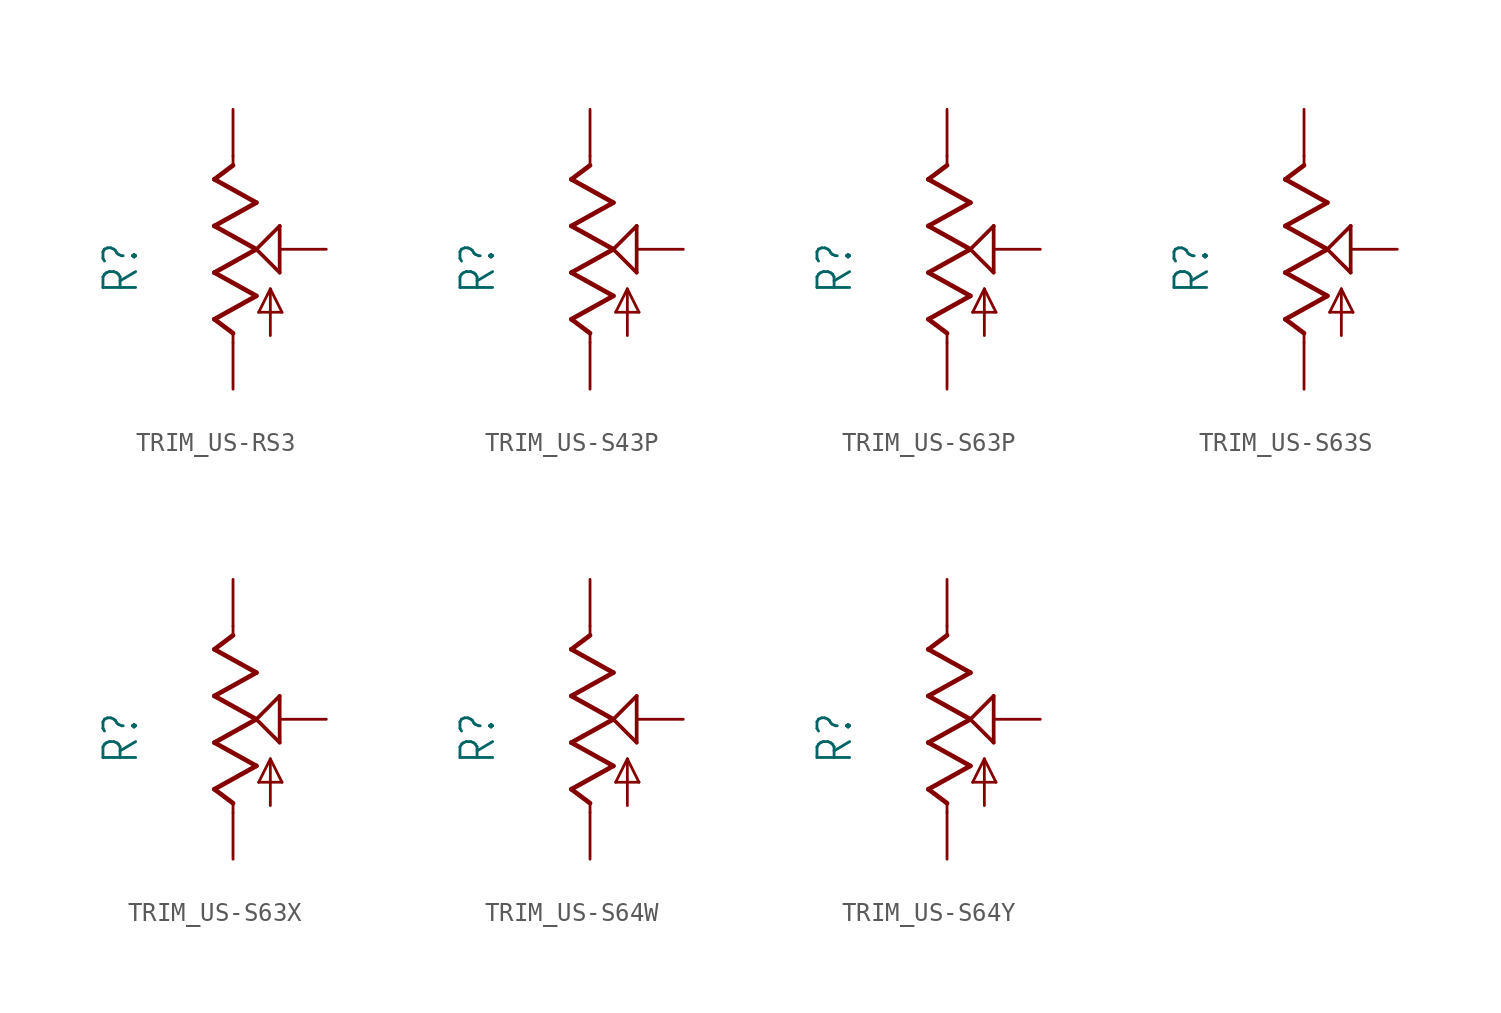
<source format=kicad_sym>
(kicad_symbol_lib
  (version 20241209)
  (generator "kicad_symbol_editor")
  (generator_version "9.0")
  (symbol "TRIM_US-RS3"
    (property "Reference" "R"
      (at -5.08 -2.54 90)
      (effects (font (size 1.778 1.511)) (justify left bottom)))
    (property "Value" ""
      (at -2.54 -2.54 90)
      (effects (font (size 1.778 1.511)) (justify left bottom)))
    (property "ki_locked" ""
      (at 0 0 0)
      (effects (font (size 1.27 1.27))))
    (symbol "TRIM_US-RS3_1_0"
      (polyline (pts (xy -1.016 3.81) (xy 0 4.572)) (stroke (width 0.254) (type solid)) (fill (type none)))
      (polyline (pts (xy -1.016 1.27) (xy 1.27 2.54)) (stroke (width 0.254) (type solid)) (fill (type none)))
      (polyline (pts (xy -1.016 -1.27) (xy 1.27 0)) (stroke (width 0.254) (type solid)) (fill (type none)))
      (polyline (pts (xy -1.016 -3.81) (xy 1.27 -2.54)) (stroke (width 0.254) (type solid)) (fill (type none)))
      (polyline (pts (xy 0 4.572) (xy 0 5.08)) (stroke (width 0.152) (type solid)) (fill (type none)))
      (polyline (pts (xy 0 -4.572) (xy -1.016 -3.81)) (stroke (width 0.254) (type solid)) (fill (type none)))
      (polyline (pts (xy 0 -5.08) (xy 0 -4.572)) (stroke (width 0.152) (type solid)) (fill (type none)))
      (polyline (pts (xy 1.27 2.54) (xy -1.016 3.81)) (stroke (width 0.254) (type solid)) (fill (type none)))
      (polyline (pts (xy 1.27 0) (xy -1.016 1.27)) (stroke (width 0.254) (type solid)) (fill (type none)))
      (polyline (pts (xy 1.27 0) (xy 2.54 1.27)) (stroke (width 0.203) (type solid)) (fill (type none)))
      (polyline (pts (xy 1.27 -2.54) (xy -1.016 -1.27)) (stroke (width 0.254) (type solid)) (fill (type none)))
      (polyline (pts (xy 1.397 -3.429) (xy 2.032 -2.159)) (stroke (width 0.152) (type solid)) (fill (type none)))
      (polyline (pts (xy 2.032 -2.159) (xy 2.667 -3.429)) (stroke (width 0.152) (type solid)) (fill (type none)))
      (polyline (pts (xy 2.032 -4.699) (xy 2.032 -2.159)) (stroke (width 0.152) (type solid)) (fill (type none)))
      (polyline (pts (xy 2.54 1.27) (xy 2.54 -1.27)) (stroke (width 0.203) (type solid)) (fill (type none)))
      (polyline (pts (xy 2.54 -1.27) (xy 1.27 0)) (stroke (width 0.203) (type solid)) (fill (type none)))
      (polyline (pts (xy 2.667 -3.429) (xy 1.397 -3.429)) (stroke (width 0.152) (type solid)) (fill (type none)))
      (pin passive line (at 0 7.62 270) (length 2.54) (name "E" (effects (font (size 0 0)))) (number "E" (effects (font (size 0 0)))))
      (pin passive line (at 0 -7.62 90) (length 2.54) (name "A" (effects (font (size 0 0)))) (number "A" (effects (font (size 0 0)))))
      (pin passive line (at 5.08 0 180) (length 2.54) (name "S" (effects (font (size 0 0)))) (number "S" (effects (font (size 0 0)))))))
  (symbol "TRIM_US-S43P"
    (property "Reference" "R"
      (at -5.08 -2.54 90)
      (effects (font (size 1.778 1.511)) (justify left bottom)))
    (property "Value" ""
      (at -2.54 -2.54 90)
      (effects (font (size 1.778 1.511)) (justify left bottom)))
    (property "ki_locked" ""
      (at 0 0 0)
      (effects (font (size 1.27 1.27))))
    (symbol "TRIM_US-S43P_1_0"
      (polyline (pts (xy -1.016 3.81) (xy 0 4.572)) (stroke (width 0.254) (type solid)) (fill (type none)))
      (polyline (pts (xy -1.016 1.27) (xy 1.27 2.54)) (stroke (width 0.254) (type solid)) (fill (type none)))
      (polyline (pts (xy -1.016 -1.27) (xy 1.27 0)) (stroke (width 0.254) (type solid)) (fill (type none)))
      (polyline (pts (xy -1.016 -3.81) (xy 1.27 -2.54)) (stroke (width 0.254) (type solid)) (fill (type none)))
      (polyline (pts (xy 0 4.572) (xy 0 5.08)) (stroke (width 0.152) (type solid)) (fill (type none)))
      (polyline (pts (xy 0 -4.572) (xy -1.016 -3.81)) (stroke (width 0.254) (type solid)) (fill (type none)))
      (polyline (pts (xy 0 -5.08) (xy 0 -4.572)) (stroke (width 0.152) (type solid)) (fill (type none)))
      (polyline (pts (xy 1.27 2.54) (xy -1.016 3.81)) (stroke (width 0.254) (type solid)) (fill (type none)))
      (polyline (pts (xy 1.27 0) (xy -1.016 1.27)) (stroke (width 0.254) (type solid)) (fill (type none)))
      (polyline (pts (xy 1.27 0) (xy 2.54 1.27)) (stroke (width 0.203) (type solid)) (fill (type none)))
      (polyline (pts (xy 1.27 -2.54) (xy -1.016 -1.27)) (stroke (width 0.254) (type solid)) (fill (type none)))
      (polyline (pts (xy 1.397 -3.429) (xy 2.032 -2.159)) (stroke (width 0.152) (type solid)) (fill (type none)))
      (polyline (pts (xy 2.032 -2.159) (xy 2.667 -3.429)) (stroke (width 0.152) (type solid)) (fill (type none)))
      (polyline (pts (xy 2.032 -4.699) (xy 2.032 -2.159)) (stroke (width 0.152) (type solid)) (fill (type none)))
      (polyline (pts (xy 2.54 1.27) (xy 2.54 -1.27)) (stroke (width 0.203) (type solid)) (fill (type none)))
      (polyline (pts (xy 2.54 -1.27) (xy 1.27 0)) (stroke (width 0.203) (type solid)) (fill (type none)))
      (polyline (pts (xy 2.667 -3.429) (xy 1.397 -3.429)) (stroke (width 0.152) (type solid)) (fill (type none)))
      (pin passive line (at 0 7.62 270) (length 2.54) (name "E" (effects (font (size 0 0)))) (number "E" (effects (font (size 0 0)))))
      (pin passive line (at 0 -7.62 90) (length 2.54) (name "A" (effects (font (size 0 0)))) (number "A" (effects (font (size 0 0)))))
      (pin passive line (at 5.08 0 180) (length 2.54) (name "S" (effects (font (size 0 0)))) (number "S" (effects (font (size 0 0)))))))
  (symbol "TRIM_US-S63P"
    (property "Reference" "R"
      (at -5.08 -2.54 90)
      (effects (font (size 1.778 1.511)) (justify left bottom)))
    (property "Value" ""
      (at -2.54 -2.54 90)
      (effects (font (size 1.778 1.511)) (justify left bottom)))
    (property "ki_locked" ""
      (at 0 0 0)
      (effects (font (size 1.27 1.27))))
    (symbol "TRIM_US-S63P_1_0"
      (polyline (pts (xy -1.016 3.81) (xy 0 4.572)) (stroke (width 0.254) (type solid)) (fill (type none)))
      (polyline (pts (xy -1.016 1.27) (xy 1.27 2.54)) (stroke (width 0.254) (type solid)) (fill (type none)))
      (polyline (pts (xy -1.016 -1.27) (xy 1.27 0)) (stroke (width 0.254) (type solid)) (fill (type none)))
      (polyline (pts (xy -1.016 -3.81) (xy 1.27 -2.54)) (stroke (width 0.254) (type solid)) (fill (type none)))
      (polyline (pts (xy 0 4.572) (xy 0 5.08)) (stroke (width 0.152) (type solid)) (fill (type none)))
      (polyline (pts (xy 0 -4.572) (xy -1.016 -3.81)) (stroke (width 0.254) (type solid)) (fill (type none)))
      (polyline (pts (xy 0 -5.08) (xy 0 -4.572)) (stroke (width 0.152) (type solid)) (fill (type none)))
      (polyline (pts (xy 1.27 2.54) (xy -1.016 3.81)) (stroke (width 0.254) (type solid)) (fill (type none)))
      (polyline (pts (xy 1.27 0) (xy -1.016 1.27)) (stroke (width 0.254) (type solid)) (fill (type none)))
      (polyline (pts (xy 1.27 0) (xy 2.54 1.27)) (stroke (width 0.203) (type solid)) (fill (type none)))
      (polyline (pts (xy 1.27 -2.54) (xy -1.016 -1.27)) (stroke (width 0.254) (type solid)) (fill (type none)))
      (polyline (pts (xy 1.397 -3.429) (xy 2.032 -2.159)) (stroke (width 0.152) (type solid)) (fill (type none)))
      (polyline (pts (xy 2.032 -2.159) (xy 2.667 -3.429)) (stroke (width 0.152) (type solid)) (fill (type none)))
      (polyline (pts (xy 2.032 -4.699) (xy 2.032 -2.159)) (stroke (width 0.152) (type solid)) (fill (type none)))
      (polyline (pts (xy 2.54 1.27) (xy 2.54 -1.27)) (stroke (width 0.203) (type solid)) (fill (type none)))
      (polyline (pts (xy 2.54 -1.27) (xy 1.27 0)) (stroke (width 0.203) (type solid)) (fill (type none)))
      (polyline (pts (xy 2.667 -3.429) (xy 1.397 -3.429)) (stroke (width 0.152) (type solid)) (fill (type none)))
      (pin passive line (at 0 7.62 270) (length 2.54) (name "E" (effects (font (size 0 0)))) (number "E" (effects (font (size 0 0)))))
      (pin passive line (at 0 -7.62 90) (length 2.54) (name "A" (effects (font (size 0 0)))) (number "A" (effects (font (size 0 0)))))
      (pin passive line (at 5.08 0 180) (length 2.54) (name "S" (effects (font (size 0 0)))) (number "S" (effects (font (size 0 0)))))))
  (symbol "TRIM_US-S63S"
    (property "Reference" "R"
      (at -5.08 -2.54 90)
      (effects (font (size 1.778 1.511)) (justify left bottom)))
    (property "Value" ""
      (at -2.54 -2.54 90)
      (effects (font (size 1.778 1.511)) (justify left bottom)))
    (property "ki_locked" ""
      (at 0 0 0)
      (effects (font (size 1.27 1.27))))
    (symbol "TRIM_US-S63S_1_0"
      (polyline (pts (xy -1.016 3.81) (xy 0 4.572)) (stroke (width 0.254) (type solid)) (fill (type none)))
      (polyline (pts (xy -1.016 1.27) (xy 1.27 2.54)) (stroke (width 0.254) (type solid)) (fill (type none)))
      (polyline (pts (xy -1.016 -1.27) (xy 1.27 0)) (stroke (width 0.254) (type solid)) (fill (type none)))
      (polyline (pts (xy -1.016 -3.81) (xy 1.27 -2.54)) (stroke (width 0.254) (type solid)) (fill (type none)))
      (polyline (pts (xy 0 4.572) (xy 0 5.08)) (stroke (width 0.152) (type solid)) (fill (type none)))
      (polyline (pts (xy 0 -4.572) (xy -1.016 -3.81)) (stroke (width 0.254) (type solid)) (fill (type none)))
      (polyline (pts (xy 0 -5.08) (xy 0 -4.572)) (stroke (width 0.152) (type solid)) (fill (type none)))
      (polyline (pts (xy 1.27 2.54) (xy -1.016 3.81)) (stroke (width 0.254) (type solid)) (fill (type none)))
      (polyline (pts (xy 1.27 0) (xy -1.016 1.27)) (stroke (width 0.254) (type solid)) (fill (type none)))
      (polyline (pts (xy 1.27 0) (xy 2.54 1.27)) (stroke (width 0.203) (type solid)) (fill (type none)))
      (polyline (pts (xy 1.27 -2.54) (xy -1.016 -1.27)) (stroke (width 0.254) (type solid)) (fill (type none)))
      (polyline (pts (xy 1.397 -3.429) (xy 2.032 -2.159)) (stroke (width 0.152) (type solid)) (fill (type none)))
      (polyline (pts (xy 2.032 -2.159) (xy 2.667 -3.429)) (stroke (width 0.152) (type solid)) (fill (type none)))
      (polyline (pts (xy 2.032 -4.699) (xy 2.032 -2.159)) (stroke (width 0.152) (type solid)) (fill (type none)))
      (polyline (pts (xy 2.54 1.27) (xy 2.54 -1.27)) (stroke (width 0.203) (type solid)) (fill (type none)))
      (polyline (pts (xy 2.54 -1.27) (xy 1.27 0)) (stroke (width 0.203) (type solid)) (fill (type none)))
      (polyline (pts (xy 2.667 -3.429) (xy 1.397 -3.429)) (stroke (width 0.152) (type solid)) (fill (type none)))
      (pin passive line (at 0 7.62 270) (length 2.54) (name "E" (effects (font (size 0 0)))) (number "E" (effects (font (size 0 0)))))
      (pin passive line (at 0 -7.62 90) (length 2.54) (name "A" (effects (font (size 0 0)))) (number "A" (effects (font (size 0 0)))))
      (pin passive line (at 5.08 0 180) (length 2.54) (name "S" (effects (font (size 0 0)))) (number "S" (effects (font (size 0 0)))))))
  (symbol "TRIM_US-S63X"
    (property "Reference" "R"
      (at -5.08 -2.54 90)
      (effects (font (size 1.778 1.511)) (justify left bottom)))
    (property "Value" ""
      (at -2.54 -2.54 90)
      (effects (font (size 1.778 1.511)) (justify left bottom)))
    (property "ki_locked" ""
      (at 0 0 0)
      (effects (font (size 1.27 1.27))))
    (symbol "TRIM_US-S63X_1_0"
      (polyline (pts (xy -1.016 3.81) (xy 0 4.572)) (stroke (width 0.254) (type solid)) (fill (type none)))
      (polyline (pts (xy -1.016 1.27) (xy 1.27 2.54)) (stroke (width 0.254) (type solid)) (fill (type none)))
      (polyline (pts (xy -1.016 -1.27) (xy 1.27 0)) (stroke (width 0.254) (type solid)) (fill (type none)))
      (polyline (pts (xy -1.016 -3.81) (xy 1.27 -2.54)) (stroke (width 0.254) (type solid)) (fill (type none)))
      (polyline (pts (xy 0 4.572) (xy 0 5.08)) (stroke (width 0.152) (type solid)) (fill (type none)))
      (polyline (pts (xy 0 -4.572) (xy -1.016 -3.81)) (stroke (width 0.254) (type solid)) (fill (type none)))
      (polyline (pts (xy 0 -5.08) (xy 0 -4.572)) (stroke (width 0.152) (type solid)) (fill (type none)))
      (polyline (pts (xy 1.27 2.54) (xy -1.016 3.81)) (stroke (width 0.254) (type solid)) (fill (type none)))
      (polyline (pts (xy 1.27 0) (xy -1.016 1.27)) (stroke (width 0.254) (type solid)) (fill (type none)))
      (polyline (pts (xy 1.27 0) (xy 2.54 1.27)) (stroke (width 0.203) (type solid)) (fill (type none)))
      (polyline (pts (xy 1.27 -2.54) (xy -1.016 -1.27)) (stroke (width 0.254) (type solid)) (fill (type none)))
      (polyline (pts (xy 1.397 -3.429) (xy 2.032 -2.159)) (stroke (width 0.152) (type solid)) (fill (type none)))
      (polyline (pts (xy 2.032 -2.159) (xy 2.667 -3.429)) (stroke (width 0.152) (type solid)) (fill (type none)))
      (polyline (pts (xy 2.032 -4.699) (xy 2.032 -2.159)) (stroke (width 0.152) (type solid)) (fill (type none)))
      (polyline (pts (xy 2.54 1.27) (xy 2.54 -1.27)) (stroke (width 0.203) (type solid)) (fill (type none)))
      (polyline (pts (xy 2.54 -1.27) (xy 1.27 0)) (stroke (width 0.203) (type solid)) (fill (type none)))
      (polyline (pts (xy 2.667 -3.429) (xy 1.397 -3.429)) (stroke (width 0.152) (type solid)) (fill (type none)))
      (pin passive line (at 0 7.62 270) (length 2.54) (name "E" (effects (font (size 0 0)))) (number "E" (effects (font (size 0 0)))))
      (pin passive line (at 0 -7.62 90) (length 2.54) (name "A" (effects (font (size 0 0)))) (number "A" (effects (font (size 0 0)))))
      (pin passive line (at 5.08 0 180) (length 2.54) (name "S" (effects (font (size 0 0)))) (number "S" (effects (font (size 0 0)))))))
  (symbol "TRIM_US-S64W"
    (property "Reference" "R"
      (at -5.08 -2.54 90)
      (effects (font (size 1.778 1.511)) (justify left bottom)))
    (property "Value" ""
      (at -2.54 -2.54 90)
      (effects (font (size 1.778 1.511)) (justify left bottom)))
    (property "ki_locked" ""
      (at 0 0 0)
      (effects (font (size 1.27 1.27))))
    (symbol "TRIM_US-S64W_1_0"
      (polyline (pts (xy -1.016 3.81) (xy 0 4.572)) (stroke (width 0.254) (type solid)) (fill (type none)))
      (polyline (pts (xy -1.016 1.27) (xy 1.27 2.54)) (stroke (width 0.254) (type solid)) (fill (type none)))
      (polyline (pts (xy -1.016 -1.27) (xy 1.27 0)) (stroke (width 0.254) (type solid)) (fill (type none)))
      (polyline (pts (xy -1.016 -3.81) (xy 1.27 -2.54)) (stroke (width 0.254) (type solid)) (fill (type none)))
      (polyline (pts (xy 0 4.572) (xy 0 5.08)) (stroke (width 0.152) (type solid)) (fill (type none)))
      (polyline (pts (xy 0 -4.572) (xy -1.016 -3.81)) (stroke (width 0.254) (type solid)) (fill (type none)))
      (polyline (pts (xy 0 -5.08) (xy 0 -4.572)) (stroke (width 0.152) (type solid)) (fill (type none)))
      (polyline (pts (xy 1.27 2.54) (xy -1.016 3.81)) (stroke (width 0.254) (type solid)) (fill (type none)))
      (polyline (pts (xy 1.27 0) (xy -1.016 1.27)) (stroke (width 0.254) (type solid)) (fill (type none)))
      (polyline (pts (xy 1.27 0) (xy 2.54 1.27)) (stroke (width 0.203) (type solid)) (fill (type none)))
      (polyline (pts (xy 1.27 -2.54) (xy -1.016 -1.27)) (stroke (width 0.254) (type solid)) (fill (type none)))
      (polyline (pts (xy 1.397 -3.429) (xy 2.032 -2.159)) (stroke (width 0.152) (type solid)) (fill (type none)))
      (polyline (pts (xy 2.032 -2.159) (xy 2.667 -3.429)) (stroke (width 0.152) (type solid)) (fill (type none)))
      (polyline (pts (xy 2.032 -4.699) (xy 2.032 -2.159)) (stroke (width 0.152) (type solid)) (fill (type none)))
      (polyline (pts (xy 2.54 1.27) (xy 2.54 -1.27)) (stroke (width 0.203) (type solid)) (fill (type none)))
      (polyline (pts (xy 2.54 -1.27) (xy 1.27 0)) (stroke (width 0.203) (type solid)) (fill (type none)))
      (polyline (pts (xy 2.667 -3.429) (xy 1.397 -3.429)) (stroke (width 0.152) (type solid)) (fill (type none)))
      (pin passive line (at 0 7.62 270) (length 2.54) (name "E" (effects (font (size 0 0)))) (number "E" (effects (font (size 0 0)))))
      (pin passive line (at 0 -7.62 90) (length 2.54) (name "A" (effects (font (size 0 0)))) (number "A" (effects (font (size 0 0)))))
      (pin passive line (at 5.08 0 180) (length 2.54) (name "S" (effects (font (size 0 0)))) (number "S" (effects (font (size 0 0)))))))
  (symbol "TRIM_US-S64Y"
    (property "Reference" "R"
      (at -5.08 -2.54 90)
      (effects (font (size 1.778 1.511)) (justify left bottom)))
    (property "Value" ""
      (at -2.54 -2.54 90)
      (effects (font (size 1.778 1.511)) (justify left bottom)))
    (property "ki_locked" ""
      (at 0 0 0)
      (effects (font (size 1.27 1.27))))
    (symbol "TRIM_US-S64Y_1_0"
      (polyline (pts (xy -1.016 3.81) (xy 0 4.572)) (stroke (width 0.254) (type solid)) (fill (type none)))
      (polyline (pts (xy -1.016 1.27) (xy 1.27 2.54)) (stroke (width 0.254) (type solid)) (fill (type none)))
      (polyline (pts (xy -1.016 -1.27) (xy 1.27 0)) (stroke (width 0.254) (type solid)) (fill (type none)))
      (polyline (pts (xy -1.016 -3.81) (xy 1.27 -2.54)) (stroke (width 0.254) (type solid)) (fill (type none)))
      (polyline (pts (xy 0 4.572) (xy 0 5.08)) (stroke (width 0.152) (type solid)) (fill (type none)))
      (polyline (pts (xy 0 -4.572) (xy -1.016 -3.81)) (stroke (width 0.254) (type solid)) (fill (type none)))
      (polyline (pts (xy 0 -5.08) (xy 0 -4.572)) (stroke (width 0.152) (type solid)) (fill (type none)))
      (polyline (pts (xy 1.27 2.54) (xy -1.016 3.81)) (stroke (width 0.254) (type solid)) (fill (type none)))
      (polyline (pts (xy 1.27 0) (xy -1.016 1.27)) (stroke (width 0.254) (type solid)) (fill (type none)))
      (polyline (pts (xy 1.27 0) (xy 2.54 1.27)) (stroke (width 0.203) (type solid)) (fill (type none)))
      (polyline (pts (xy 1.27 -2.54) (xy -1.016 -1.27)) (stroke (width 0.254) (type solid)) (fill (type none)))
      (polyline (pts (xy 1.397 -3.429) (xy 2.032 -2.159)) (stroke (width 0.152) (type solid)) (fill (type none)))
      (polyline (pts (xy 2.032 -2.159) (xy 2.667 -3.429)) (stroke (width 0.152) (type solid)) (fill (type none)))
      (polyline (pts (xy 2.032 -4.699) (xy 2.032 -2.159)) (stroke (width 0.152) (type solid)) (fill (type none)))
      (polyline (pts (xy 2.54 1.27) (xy 2.54 -1.27)) (stroke (width 0.203) (type solid)) (fill (type none)))
      (polyline (pts (xy 2.54 -1.27) (xy 1.27 0)) (stroke (width 0.203) (type solid)) (fill (type none)))
      (polyline (pts (xy 2.667 -3.429) (xy 1.397 -3.429)) (stroke (width 0.152) (type solid)) (fill (type none)))
      (pin passive line (at 0 7.62 270) (length 2.54) (name "E" (effects (font (size 0 0)))) (number "E" (effects (font (size 0 0)))))
      (pin passive line (at 0 -7.62 90) (length 2.54) (name "A" (effects (font (size 0 0)))) (number "A" (effects (font (size 0 0)))))
      (pin passive line (at 5.08 0 180) (length 2.54) (name "S" (effects (font (size 0 0)))) (number "S" (effects (font (size 0 0))))))))
</source>
